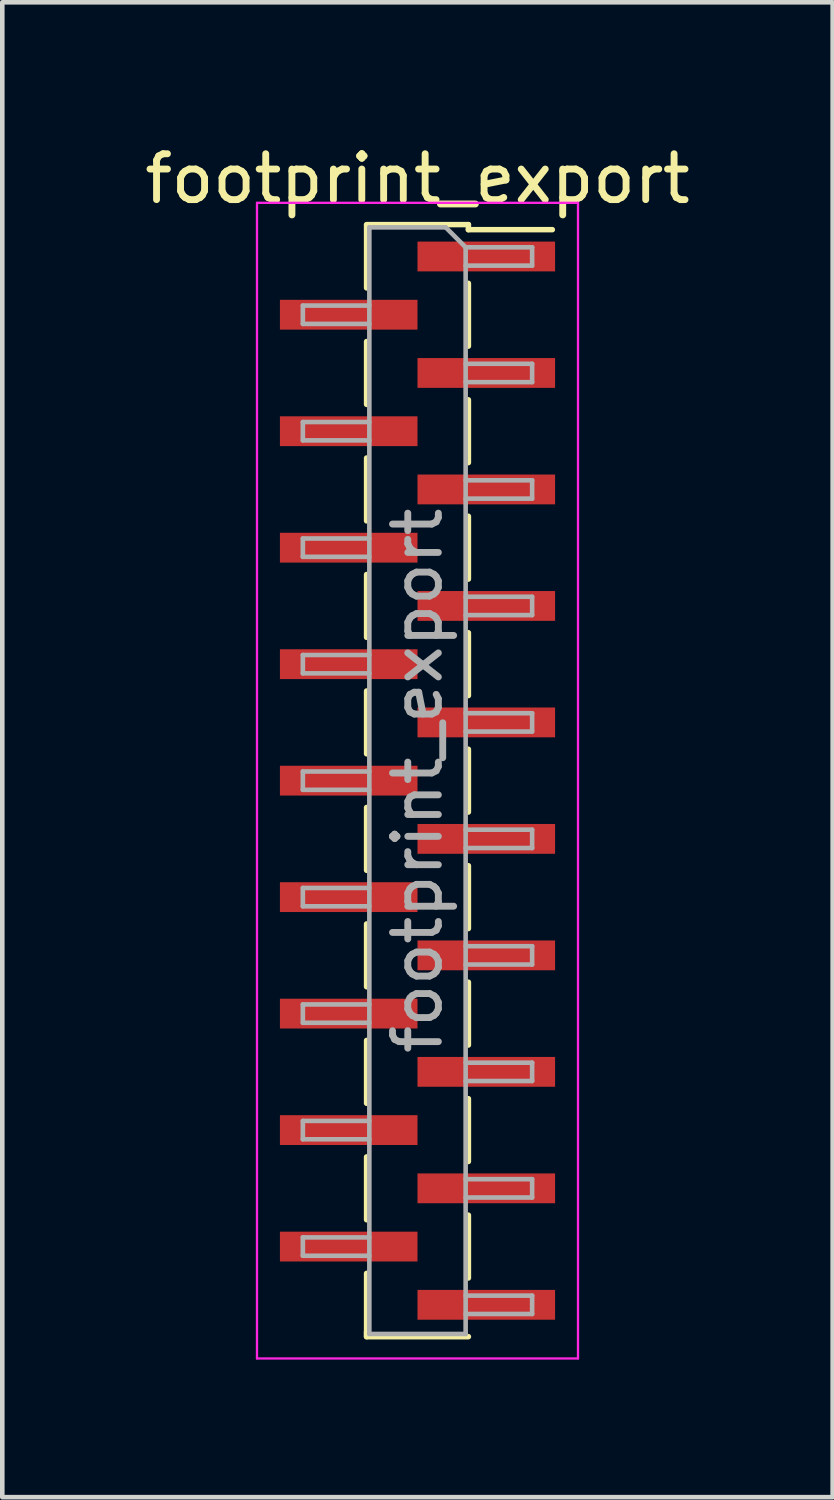
<source format=kicad_pcb>
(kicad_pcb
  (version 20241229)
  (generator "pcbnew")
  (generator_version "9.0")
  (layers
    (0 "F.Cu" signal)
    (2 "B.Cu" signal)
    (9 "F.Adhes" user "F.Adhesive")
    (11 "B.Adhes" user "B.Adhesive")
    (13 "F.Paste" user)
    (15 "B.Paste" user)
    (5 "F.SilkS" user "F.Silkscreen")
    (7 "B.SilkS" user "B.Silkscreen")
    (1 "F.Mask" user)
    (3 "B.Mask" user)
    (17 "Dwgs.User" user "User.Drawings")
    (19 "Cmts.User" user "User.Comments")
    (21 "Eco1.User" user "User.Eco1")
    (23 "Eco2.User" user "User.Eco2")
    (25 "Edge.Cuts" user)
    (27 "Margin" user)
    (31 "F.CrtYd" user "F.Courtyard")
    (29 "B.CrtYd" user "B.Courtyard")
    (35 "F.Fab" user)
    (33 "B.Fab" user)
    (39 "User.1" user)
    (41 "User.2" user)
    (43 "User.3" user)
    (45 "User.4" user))
  (footprint "footprint_export"
    (layer "F.Cu")
    (at 6.054 13.973)
    (property "Reference" "footprint_export" (at 0 -13.125 0) (layer "F.SilkS") (effects (font (size 1 1) (thickness 0.15))))
    (attr smd)
    (fp_line (start -1.11 -12.125) (end 1.11 -12.125) (stroke (width 0.12) (type solid)) (layer "F.SilkS"))
    (fp_line (start -1.11 -12.115) (end -1.11 -10.745) (stroke (width 0.12) (type solid)) (layer "F.SilkS"))
    (fp_line (start -1.11 -9.575) (end -1.11 -8.205) (stroke (width 0.12) (type solid)) (layer "F.SilkS"))
    (fp_line (start -1.11 -7.035) (end -1.11 -5.665) (stroke (width 0.12) (type solid)) (layer "F.SilkS"))
    (fp_line (start -1.11 -4.495) (end -1.11 -3.125) (stroke (width 0.12) (type solid)) (layer "F.SilkS"))
    (fp_line (start -1.11 -1.955) (end -1.11 -0.585) (stroke (width 0.12) (type solid)) (layer "F.SilkS"))
    (fp_line (start -1.11 0.585) (end -1.11 1.955) (stroke (width 0.12) (type solid)) (layer "F.SilkS"))
    (fp_line (start -1.11 3.125) (end -1.11 4.495) (stroke (width 0.12) (type solid)) (layer "F.SilkS"))
    (fp_line (start -1.11 5.665) (end -1.11 7.035) (stroke (width 0.12) (type solid)) (layer "F.SilkS"))
    (fp_line (start -1.11 8.205) (end -1.11 9.575) (stroke (width 0.12) (type solid)) (layer "F.SilkS"))
    (fp_line (start -1.11 10.745) (end -1.11 12.115) (stroke (width 0.12) (type solid)) (layer "F.SilkS"))
    (fp_line (start -1.11 12.015) (end -1.11 12.125) (stroke (width 0.12) (type solid)) (layer "F.SilkS"))
    (fp_line (start -1.11 12.125) (end 1.11 12.125) (stroke (width 0.12) (type solid)) (layer "F.SilkS"))
    (fp_line (start 1.11 -12.125) (end 1.11 -12.015) (stroke (width 0.12) (type solid)) (layer "F.SilkS"))
    (fp_line (start 1.11 -12.015) (end 2.94 -12.015) (stroke (width 0.12) (type solid)) (layer "F.SilkS"))
    (fp_line (start 1.11 -10.845) (end 1.11 -9.475) (stroke (width 0.12) (type solid)) (layer "F.SilkS"))
    (fp_line (start 1.11 -8.305) (end 1.11 -6.935) (stroke (width 0.12) (type solid)) (layer "F.SilkS"))
    (fp_line (start 1.11 -5.765) (end 1.11 -4.395) (stroke (width 0.12) (type solid)) (layer "F.SilkS"))
    (fp_line (start 1.11 -3.225) (end 1.11 -1.855) (stroke (width 0.12) (type solid)) (layer "F.SilkS"))
    (fp_line (start 1.11 -0.685) (end 1.11 0.685) (stroke (width 0.12) (type solid)) (layer "F.SilkS"))
    (fp_line (start 1.11 1.855) (end 1.11 3.225) (stroke (width 0.12) (type solid)) (layer "F.SilkS"))
    (fp_line (start 1.11 4.395) (end 1.11 5.765) (stroke (width 0.12) (type solid)) (layer "F.SilkS"))
    (fp_line (start 1.11 6.935) (end 1.11 8.305) (stroke (width 0.12) (type solid)) (layer "F.SilkS"))
    (fp_line (start 1.11 9.475) (end 1.11 10.845) (stroke (width 0.12) (type solid)) (layer "F.SilkS"))
    (fp_line (start -3.5 -12.6) (end -3.5 12.6) (stroke (width 0.05) (type solid)) (layer "F.CrtYd"))
    (fp_line (start -3.5 12.6) (end 3.5 12.6) (stroke (width 0.05) (type solid)) (layer "F.CrtYd"))
    (fp_line (start 3.5 -12.6) (end -3.5 -12.6) (stroke (width 0.05) (type solid)) (layer "F.CrtYd"))
    (fp_line (start 3.5 12.6) (end 3.5 -12.6) (stroke (width 0.05) (type solid)) (layer "F.CrtYd"))
    (fp_line (start -2.5 -10.36) (end -2.5 -9.96) (stroke (width 0.1) (type solid)) (layer "F.Fab"))
    (fp_line (start -2.5 -9.96) (end -1.05 -9.96) (stroke (width 0.1) (type solid)) (layer "F.Fab"))
    (fp_line (start -2.5 -7.82) (end -2.5 -7.42) (stroke (width 0.1) (type solid)) (layer "F.Fab"))
    (fp_line (start -2.5 -7.42) (end -1.05 -7.42) (stroke (width 0.1) (type solid)) (layer "F.Fab"))
    (fp_line (start -2.5 -5.28) (end -2.5 -4.88) (stroke (width 0.1) (type solid)) (layer "F.Fab"))
    (fp_line (start -2.5 -4.88) (end -1.05 -4.88) (stroke (width 0.1) (type solid)) (layer "F.Fab"))
    (fp_line (start -2.5 -2.74) (end -2.5 -2.34) (stroke (width 0.1) (type solid)) (layer "F.Fab"))
    (fp_line (start -2.5 -2.34) (end -1.05 -2.34) (stroke (width 0.1) (type solid)) (layer "F.Fab"))
    (fp_line (start -2.5 -0.2) (end -2.5 0.2) (stroke (width 0.1) (type solid)) (layer "F.Fab"))
    (fp_line (start -2.5 0.2) (end -1.05 0.2) (stroke (width 0.1) (type solid)) (layer "F.Fab"))
    (fp_line (start -2.5 2.34) (end -2.5 2.74) (stroke (width 0.1) (type solid)) (layer "F.Fab"))
    (fp_line (start -2.5 2.74) (end -1.05 2.74) (stroke (width 0.1) (type solid)) (layer "F.Fab"))
    (fp_line (start -2.5 4.88) (end -2.5 5.28) (stroke (width 0.1) (type solid)) (layer "F.Fab"))
    (fp_line (start -2.5 5.28) (end -1.05 5.28) (stroke (width 0.1) (type solid)) (layer "F.Fab"))
    (fp_line (start -2.5 7.42) (end -2.5 7.82) (stroke (width 0.1) (type solid)) (layer "F.Fab"))
    (fp_line (start -2.5 7.82) (end -1.05 7.82) (stroke (width 0.1) (type solid)) (layer "F.Fab"))
    (fp_line (start -2.5 9.96) (end -2.5 10.36) (stroke (width 0.1) (type solid)) (layer "F.Fab"))
    (fp_line (start -2.5 10.36) (end -1.05 10.36) (stroke (width 0.1) (type solid)) (layer "F.Fab"))
    (fp_line (start -1.05 -12.065) (end -1.05 12.065) (stroke (width 0.1) (type solid)) (layer "F.Fab"))
    (fp_line (start -1.05 -12.065) (end 0.615 -12.065) (stroke (width 0.1) (type solid)) (layer "F.Fab"))
    (fp_line (start -1.05 -10.36) (end -2.5 -10.36) (stroke (width 0.1) (type solid)) (layer "F.Fab"))
    (fp_line (start -1.05 -7.82) (end -2.5 -7.82) (stroke (width 0.1) (type solid)) (layer "F.Fab"))
    (fp_line (start -1.05 -5.28) (end -2.5 -5.28) (stroke (width 0.1) (type solid)) (layer "F.Fab"))
    (fp_line (start -1.05 -2.74) (end -2.5 -2.74) (stroke (width 0.1) (type solid)) (layer "F.Fab"))
    (fp_line (start -1.05 -0.2) (end -2.5 -0.2) (stroke (width 0.1) (type solid)) (layer "F.Fab"))
    (fp_line (start -1.05 2.34) (end -2.5 2.34) (stroke (width 0.1) (type solid)) (layer "F.Fab"))
    (fp_line (start -1.05 4.88) (end -2.5 4.88) (stroke (width 0.1) (type solid)) (layer "F.Fab"))
    (fp_line (start -1.05 7.42) (end -2.5 7.42) (stroke (width 0.1) (type solid)) (layer "F.Fab"))
    (fp_line (start -1.05 9.96) (end -2.5 9.96) (stroke (width 0.1) (type solid)) (layer "F.Fab"))
    (fp_line (start 1.05 -11.63) (end 0.615 -12.065) (stroke (width 0.1) (type solid)) (layer "F.Fab"))
    (fp_line (start 1.05 -11.63) (end 2.5 -11.63) (stroke (width 0.1) (type solid)) (layer "F.Fab"))
    (fp_line (start 1.05 -9.09) (end 2.5 -9.09) (stroke (width 0.1) (type solid)) (layer "F.Fab"))
    (fp_line (start 1.05 -6.55) (end 2.5 -6.55) (stroke (width 0.1) (type solid)) (layer "F.Fab"))
    (fp_line (start 1.05 -4.01) (end 2.5 -4.01) (stroke (width 0.1) (type solid)) (layer "F.Fab"))
    (fp_line (start 1.05 -1.47) (end 2.5 -1.47) (stroke (width 0.1) (type solid)) (layer "F.Fab"))
    (fp_line (start 1.05 1.07) (end 2.5 1.07) (stroke (width 0.1) (type solid)) (layer "F.Fab"))
    (fp_line (start 1.05 3.61) (end 2.5 3.61) (stroke (width 0.1) (type solid)) (layer "F.Fab"))
    (fp_line (start 1.05 6.15) (end 2.5 6.15) (stroke (width 0.1) (type solid)) (layer "F.Fab"))
    (fp_line (start 1.05 8.69) (end 2.5 8.69) (stroke (width 0.1) (type solid)) (layer "F.Fab"))
    (fp_line (start 1.05 11.23) (end 2.5 11.23) (stroke (width 0.1) (type solid)) (layer "F.Fab"))
    (fp_line (start 1.05 12.065) (end -1.05 12.065) (stroke (width 0.1) (type solid)) (layer "F.Fab"))
    (fp_line (start 1.05 12.065) (end 1.05 -11.63) (stroke (width 0.1) (type solid)) (layer "F.Fab"))
    (fp_line (start 2.5 -11.63) (end 2.5 -11.23) (stroke (width 0.1) (type solid)) (layer "F.Fab"))
    (fp_line (start 2.5 -11.23) (end 1.05 -11.23) (stroke (width 0.1) (type solid)) (layer "F.Fab"))
    (fp_line (start 2.5 -9.09) (end 2.5 -8.69) (stroke (width 0.1) (type solid)) (layer "F.Fab"))
    (fp_line (start 2.5 -8.69) (end 1.05 -8.69) (stroke (width 0.1) (type solid)) (layer "F.Fab"))
    (fp_line (start 2.5 -6.55) (end 2.5 -6.15) (stroke (width 0.1) (type solid)) (layer "F.Fab"))
    (fp_line (start 2.5 -6.15) (end 1.05 -6.15) (stroke (width 0.1) (type solid)) (layer "F.Fab"))
    (fp_line (start 2.5 -4.01) (end 2.5 -3.61) (stroke (width 0.1) (type solid)) (layer "F.Fab"))
    (fp_line (start 2.5 -3.61) (end 1.05 -3.61) (stroke (width 0.1) (type solid)) (layer "F.Fab"))
    (fp_line (start 2.5 -1.47) (end 2.5 -1.07) (stroke (width 0.1) (type solid)) (layer "F.Fab"))
    (fp_line (start 2.5 -1.07) (end 1.05 -1.07) (stroke (width 0.1) (type solid)) (layer "F.Fab"))
    (fp_line (start 2.5 1.07) (end 2.5 1.47) (stroke (width 0.1) (type solid)) (layer "F.Fab"))
    (fp_line (start 2.5 1.47) (end 1.05 1.47) (stroke (width 0.1) (type solid)) (layer "F.Fab"))
    (fp_line (start 2.5 3.61) (end 2.5 4.01) (stroke (width 0.1) (type solid)) (layer "F.Fab"))
    (fp_line (start 2.5 4.01) (end 1.05 4.01) (stroke (width 0.1) (type solid)) (layer "F.Fab"))
    (fp_line (start 2.5 6.15) (end 2.5 6.55) (stroke (width 0.1) (type solid)) (layer "F.Fab"))
    (fp_line (start 2.5 6.55) (end 1.05 6.55) (stroke (width 0.1) (type solid)) (layer "F.Fab"))
    (fp_line (start 2.5 8.69) (end 2.5 9.09) (stroke (width 0.1) (type solid)) (layer "F.Fab"))
    (fp_line (start 2.5 9.09) (end 1.05 9.09) (stroke (width 0.1) (type solid)) (layer "F.Fab"))
    (fp_line (start 2.5 11.23) (end 2.5 11.63) (stroke (width 0.1) (type solid)) (layer "F.Fab"))
    (fp_line (start 2.5 11.63) (end 1.05 11.63) (stroke (width 0.1) (type solid)) (layer "F.Fab"))
    (fp_text user "${REFERENCE}" (at 0 0 90) (layer "F.Fab") (effects (font (size 1 1) (thickness 0.15))))
    (pad "1" smd rect (at 1.5 -11.43) (size 3 0.65) (layers "F.Cu" "F.Mask" "F.Paste"))
    (pad "2" smd rect (at -1.5 -10.16) (size 3 0.65) (layers "F.Cu" "F.Mask" "F.Paste"))
    (pad "3" smd rect (at 1.5 -8.89) (size 3 0.65) (layers "F.Cu" "F.Mask" "F.Paste"))
    (pad "4" smd rect (at -1.5 -7.62) (size 3 0.65) (layers "F.Cu" "F.Mask" "F.Paste"))
    (pad "5" smd rect (at 1.5 -6.35) (size 3 0.65) (layers "F.Cu" "F.Mask" "F.Paste"))
    (pad "6" smd rect (at -1.5 -5.08) (size 3 0.65) (layers "F.Cu" "F.Mask" "F.Paste"))
    (pad "7" smd rect (at 1.5 -3.81) (size 3 0.65) (layers "F.Cu" "F.Mask" "F.Paste"))
    (pad "8" smd rect (at -1.5 -2.54) (size 3 0.65) (layers "F.Cu" "F.Mask" "F.Paste"))
    (pad "9" smd rect (at 1.5 -1.27) (size 3 0.65) (layers "F.Cu" "F.Mask" "F.Paste"))
    (pad "10" smd rect (at -1.5 0) (size 3 0.65) (layers "F.Cu" "F.Mask" "F.Paste"))
    (pad "11" smd rect (at 1.5 1.27) (size 3 0.65) (layers "F.Cu" "F.Mask" "F.Paste"))
    (pad "12" smd rect (at -1.5 2.54) (size 3 0.65) (layers "F.Cu" "F.Mask" "F.Paste"))
    (pad "13" smd rect (at 1.5 3.81) (size 3 0.65) (layers "F.Cu" "F.Mask" "F.Paste"))
    (pad "14" smd rect (at -1.5 5.08) (size 3 0.65) (layers "F.Cu" "F.Mask" "F.Paste"))
    (pad "15" smd rect (at 1.5 6.35) (size 3 0.65) (layers "F.Cu" "F.Mask" "F.Paste"))
    (pad "16" smd rect (at -1.5 7.62) (size 3 0.65) (layers "F.Cu" "F.Mask" "F.Paste"))
    (pad "17" smd rect (at 1.5 8.89) (size 3 0.65) (layers "F.Cu" "F.Mask" "F.Paste"))
    (pad "18" smd rect (at -1.5 10.16) (size 3 0.65) (layers "F.Cu" "F.Mask" "F.Paste"))
    (pad "19" smd rect (at 1.5 11.43) (size 3 0.65) (layers "F.Cu" "F.Mask" "F.Paste")))
  (gr_rect
    (start -3 -3)
    (end 15.107 29.598)
    (stroke (width 0.1) (type default))
    (fill no)
    (layer "Edge.Cuts")))
</source>
